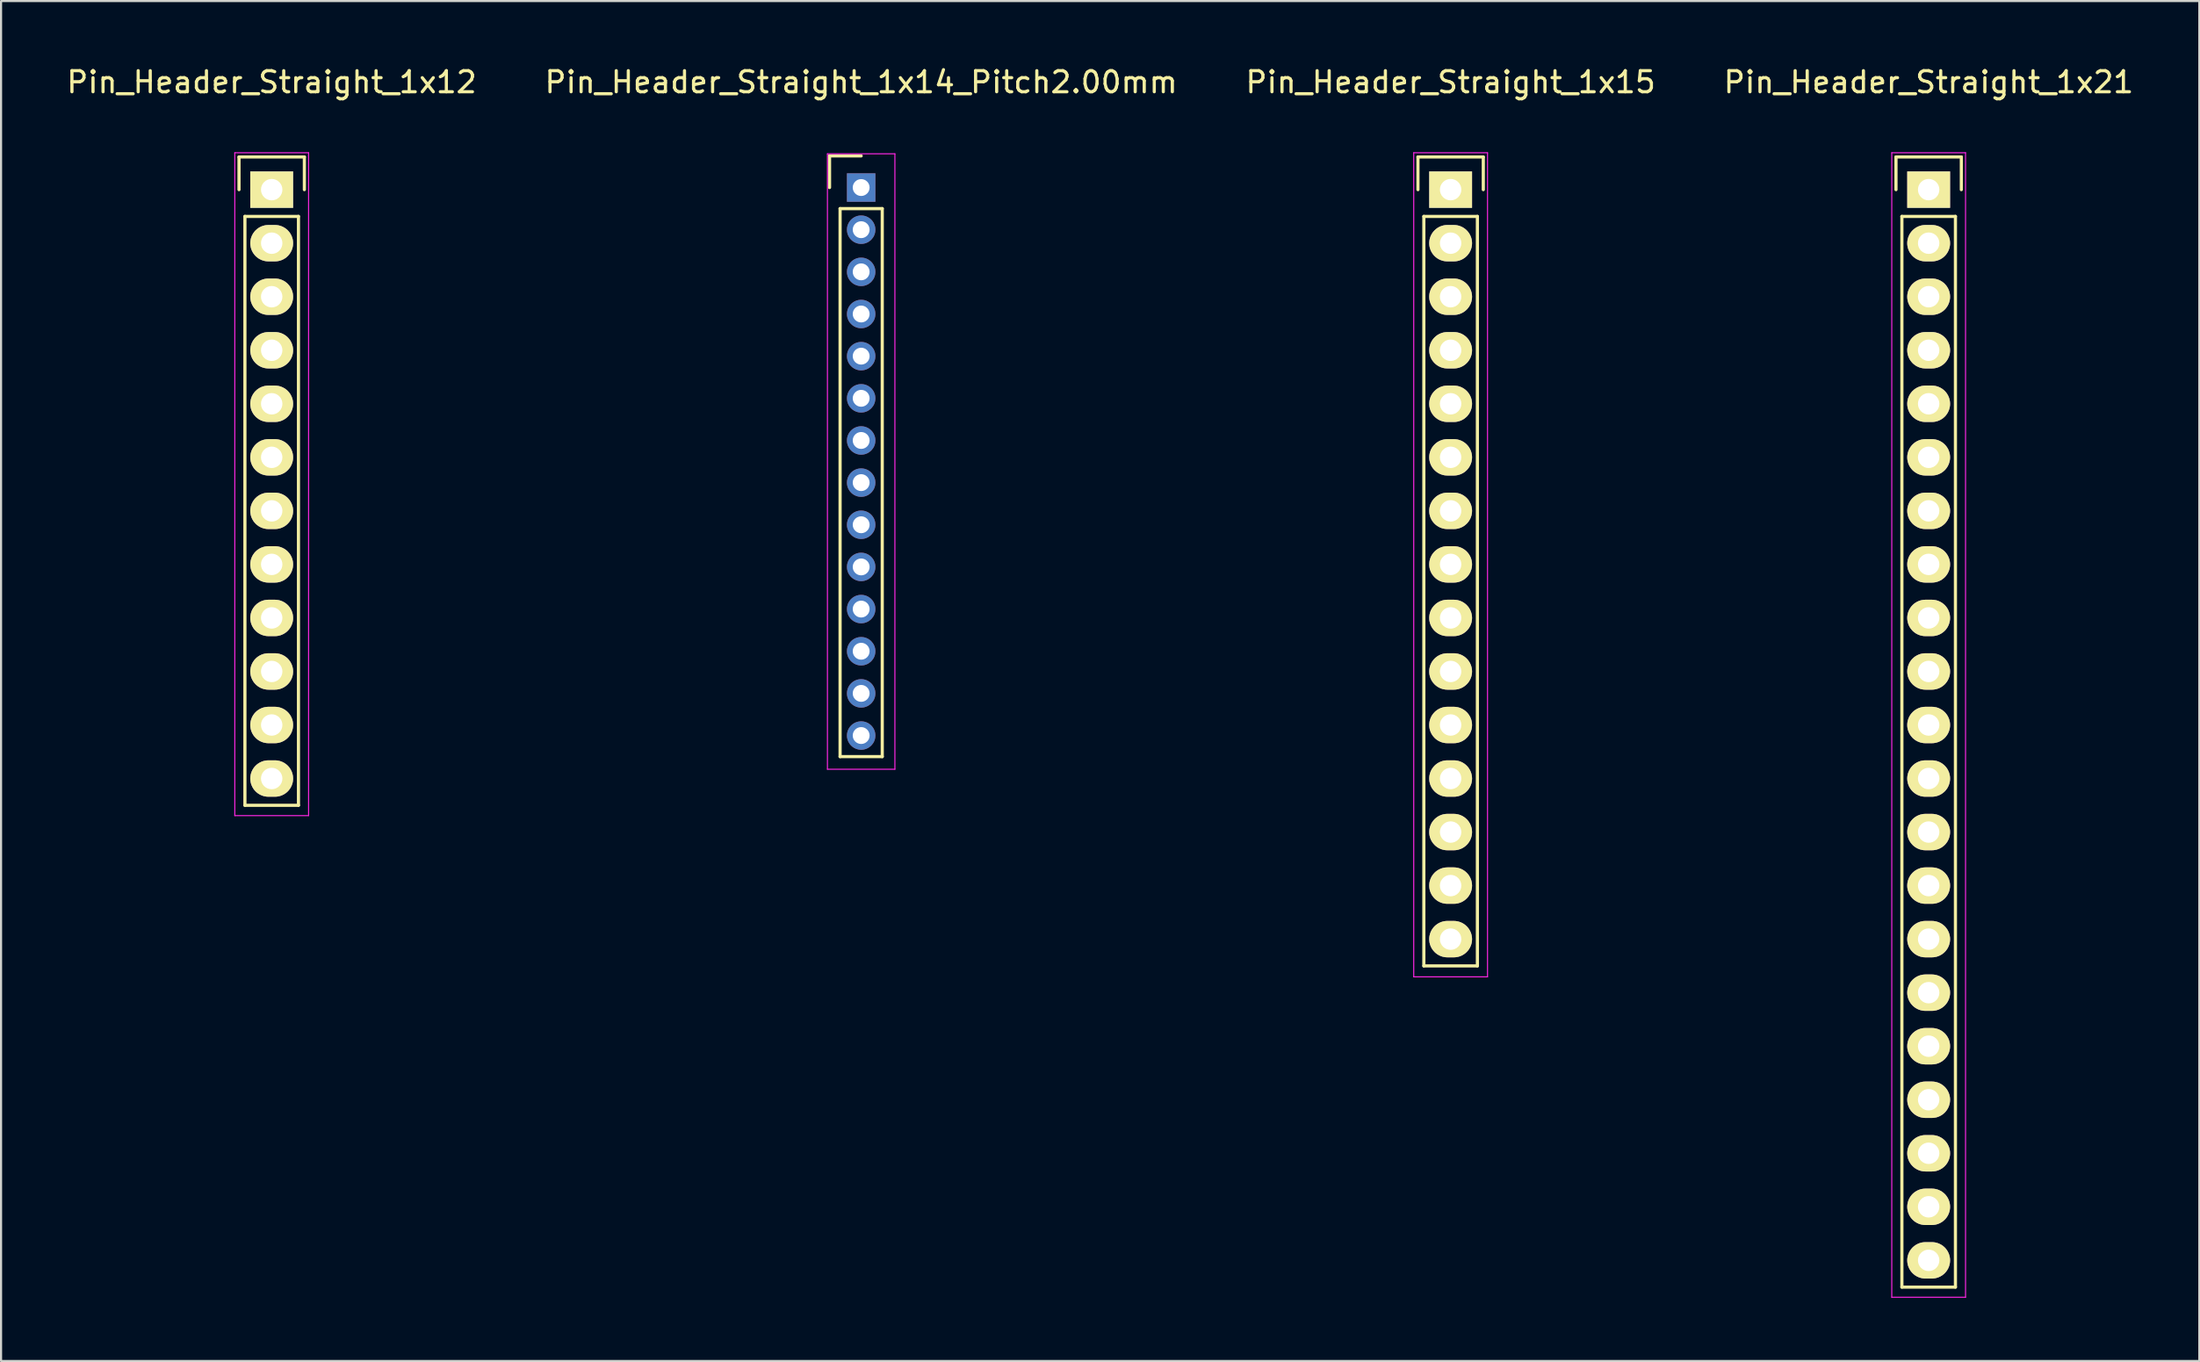
<source format=kicad_pcb>
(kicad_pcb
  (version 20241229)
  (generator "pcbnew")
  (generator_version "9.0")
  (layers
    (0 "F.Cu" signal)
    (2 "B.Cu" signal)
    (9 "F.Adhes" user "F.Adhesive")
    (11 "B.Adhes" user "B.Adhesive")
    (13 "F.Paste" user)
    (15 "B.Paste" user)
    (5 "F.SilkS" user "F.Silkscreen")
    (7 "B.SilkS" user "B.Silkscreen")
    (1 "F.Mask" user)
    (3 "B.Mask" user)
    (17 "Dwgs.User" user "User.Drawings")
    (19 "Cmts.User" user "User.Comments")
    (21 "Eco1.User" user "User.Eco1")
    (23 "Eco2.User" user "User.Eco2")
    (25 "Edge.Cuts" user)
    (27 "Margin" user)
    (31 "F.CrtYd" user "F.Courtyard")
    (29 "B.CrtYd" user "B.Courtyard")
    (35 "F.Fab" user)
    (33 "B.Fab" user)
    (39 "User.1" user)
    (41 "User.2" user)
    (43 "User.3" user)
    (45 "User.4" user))
  (footprint "Pin_Header_Straight_1x14_Pitch2.00mm"
    (layer "F.Cu")
    (at 37.804 5.848)
    (property "Reference" "Pin_Header_Straight_1x14_Pitch2.00mm" (at 0 -5 0) (layer "F.SilkS") (effects (font (size 1 1) (thickness 0.15))))
    (attr through_hole)
    (fp_line (start -1.5 -1.5) (end 0 -1.5) (stroke (width 0.15) (type solid)) (layer "F.SilkS"))
    (fp_line (start -1.5 0) (end -1.5 -1.5) (stroke (width 0.15) (type solid)) (layer "F.SilkS"))
    (fp_line (start -1 1) (end 1 1) (stroke (width 0.15) (type solid)) (layer "F.SilkS"))
    (fp_line (start -1 27) (end -1 1) (stroke (width 0.15) (type solid)) (layer "F.SilkS"))
    (fp_line (start 1 1) (end 1 27) (stroke (width 0.15) (type solid)) (layer "F.SilkS"))
    (fp_line (start 1 27) (end -1 27) (stroke (width 0.15) (type solid)) (layer "F.SilkS"))
    (fp_line (start -1.6 -1.6) (end 1.6 -1.6) (stroke (width 0.05) (type solid)) (layer "F.CrtYd"))
    (fp_line (start -1.6 27.6) (end -1.6 -1.6) (stroke (width 0.05) (type solid)) (layer "F.CrtYd"))
    (fp_line (start 1.6 -1.6) (end 1.6 27.6) (stroke (width 0.05) (type solid)) (layer "F.CrtYd"))
    (fp_line (start 1.6 27.6) (end -1.6 27.6) (stroke (width 0.05) (type solid)) (layer "F.CrtYd"))
    (pad "1" thru_hole rect (at 0 0) (size 1.35 1.35) (drill 0.8) (layers "*.Cu" "*.Mask"))
    (pad "2" thru_hole circle (at 0 2) (size 1.35 1.35) (drill 0.8) (layers "*.Cu" "*.Mask"))
    (pad "3" thru_hole circle (at 0 4) (size 1.35 1.35) (drill 0.8) (layers "*.Cu" "*.Mask"))
    (pad "4" thru_hole circle (at 0 6) (size 1.35 1.35) (drill 0.8) (layers "*.Cu" "*.Mask"))
    (pad "5" thru_hole circle (at 0 8) (size 1.35 1.35) (drill 0.8) (layers "*.Cu" "*.Mask"))
    (pad "6" thru_hole circle (at 0 10) (size 1.35 1.35) (drill 0.8) (layers "*.Cu" "*.Mask"))
    (pad "7" thru_hole circle (at 0 12) (size 1.35 1.35) (drill 0.8) (layers "*.Cu" "*.Mask"))
    (pad "8" thru_hole circle (at 0 14) (size 1.35 1.35) (drill 0.8) (layers "*.Cu" "*.Mask"))
    (pad "9" thru_hole circle (at 0 16) (size 1.35 1.35) (drill 0.8) (layers "*.Cu" "*.Mask"))
    (pad "10" thru_hole circle (at 0 18) (size 1.35 1.35) (drill 0.8) (layers "*.Cu" "*.Mask"))
    (pad "11" thru_hole circle (at 0 20) (size 1.35 1.35) (drill 0.8) (layers "*.Cu" "*.Mask"))
    (pad "12" thru_hole circle (at 0 22) (size 1.35 1.35) (drill 0.8) (layers "*.Cu" "*.Mask"))
    (pad "13" thru_hole circle (at 0 24) (size 1.35 1.35) (drill 0.8) (layers "*.Cu" "*.Mask"))
    (pad "14" thru_hole circle (at 0 26) (size 1.35 1.35) (drill 0.8) (layers "*.Cu" "*.Mask")))
  (footprint "Pin_Header_Straight_1x15"
    (layer "F.Cu")
    (at 65.768 5.948)
    (property "Reference" "Pin_Header_Straight_1x15" (at 0 -5.1 0) (layer "F.SilkS") (effects (font (size 1 1) (thickness 0.15))))
    (attr through_hole)
    (fp_line (start -1.55 -1.55) (end 1.55 -1.55) (stroke (width 0.15) (type solid)) (layer "F.SilkS"))
    (fp_line (start -1.55 0) (end -1.55 -1.55) (stroke (width 0.15) (type solid)) (layer "F.SilkS"))
    (fp_line (start -1.27 1.27) (end -1.27 36.83) (stroke (width 0.15) (type solid)) (layer "F.SilkS"))
    (fp_line (start -1.27 36.83) (end 1.27 36.83) (stroke (width 0.15) (type solid)) (layer "F.SilkS"))
    (fp_line (start 1.27 1.27) (end -1.27 1.27) (stroke (width 0.15) (type solid)) (layer "F.SilkS"))
    (fp_line (start 1.27 36.83) (end 1.27 1.27) (stroke (width 0.15) (type solid)) (layer "F.SilkS"))
    (fp_line (start 1.55 -1.55) (end 1.55 0) (stroke (width 0.15) (type solid)) (layer "F.SilkS"))
    (fp_line (start -1.75 -1.75) (end -1.75 37.35) (stroke (width 0.05) (type solid)) (layer "F.CrtYd"))
    (fp_line (start -1.75 -1.75) (end 1.75 -1.75) (stroke (width 0.05) (type solid)) (layer "F.CrtYd"))
    (fp_line (start -1.75 37.35) (end 1.75 37.35) (stroke (width 0.05) (type solid)) (layer "F.CrtYd"))
    (fp_line (start 1.75 -1.75) (end 1.75 37.35) (stroke (width 0.05) (type solid)) (layer "F.CrtYd"))
    (pad "1" thru_hole rect (at 0 0) (size 2.032 1.727) (drill 1.016) (layers "*.Cu" "*.Mask" "F.SilkS"))
    (pad "2" thru_hole oval (at 0 2.54) (size 2.032 1.727) (drill 1.016) (layers "*.Cu" "*.Mask" "F.SilkS"))
    (pad "3" thru_hole oval (at 0 5.08) (size 2.032 1.727) (drill 1.016) (layers "*.Cu" "*.Mask" "F.SilkS"))
    (pad "4" thru_hole oval (at 0 7.62) (size 2.032 1.727) (drill 1.016) (layers "*.Cu" "*.Mask" "F.SilkS"))
    (pad "5" thru_hole oval (at 0 10.16) (size 2.032 1.727) (drill 1.016) (layers "*.Cu" "*.Mask" "F.SilkS"))
    (pad "6" thru_hole oval (at 0 12.7) (size 2.032 1.727) (drill 1.016) (layers "*.Cu" "*.Mask" "F.SilkS"))
    (pad "7" thru_hole oval (at 0 15.24) (size 2.032 1.727) (drill 1.016) (layers "*.Cu" "*.Mask" "F.SilkS"))
    (pad "8" thru_hole oval (at 0 17.78) (size 2.032 1.727) (drill 1.016) (layers "*.Cu" "*.Mask" "F.SilkS"))
    (pad "9" thru_hole oval (at 0 20.32) (size 2.032 1.727) (drill 1.016) (layers "*.Cu" "*.Mask" "F.SilkS"))
    (pad "10" thru_hole oval (at 0 22.86) (size 2.032 1.727) (drill 1.016) (layers "*.Cu" "*.Mask" "F.SilkS"))
    (pad "11" thru_hole oval (at 0 25.4) (size 2.032 1.727) (drill 1.016) (layers "*.Cu" "*.Mask" "F.SilkS"))
    (pad "12" thru_hole oval (at 0 27.94) (size 2.032 1.727) (drill 1.016) (layers "*.Cu" "*.Mask" "F.SilkS"))
    (pad "13" thru_hole oval (at 0 30.48) (size 2.032 1.727) (drill 1.016) (layers "*.Cu" "*.Mask" "F.SilkS"))
    (pad "14" thru_hole oval (at 0 33.02) (size 2.032 1.727) (drill 1.016) (layers "*.Cu" "*.Mask" "F.SilkS"))
    (pad "15" thru_hole oval (at 0 35.56) (size 2.032 1.727) (drill 1.016) (layers "*.Cu" "*.Mask" "F.SilkS")))
  (footprint "Pin_Header_Straight_1x21"
    (layer "F.Cu")
    (at 88.446 5.948)
    (property "Reference" "Pin_Header_Straight_1x21" (at 0 -5.1 0) (layer "F.SilkS") (effects (font (size 1 1) (thickness 0.15))))
    (attr through_hole)
    (fp_line (start -1.55 -1.55) (end 1.55 -1.55) (stroke (width 0.15) (type solid)) (layer "F.SilkS"))
    (fp_line (start -1.55 0) (end -1.55 -1.55) (stroke (width 0.15) (type solid)) (layer "F.SilkS"))
    (fp_line (start -1.27 52.07) (end -1.27 1.27) (stroke (width 0.15) (type solid)) (layer "F.SilkS"))
    (fp_line (start 1.27 1.27) (end -1.27 1.27) (stroke (width 0.15) (type solid)) (layer "F.SilkS"))
    (fp_line (start 1.27 1.27) (end 1.27 52.07) (stroke (width 0.15) (type solid)) (layer "F.SilkS"))
    (fp_line (start 1.27 52.07) (end -1.27 52.07) (stroke (width 0.15) (type solid)) (layer "F.SilkS"))
    (fp_line (start 1.55 -1.55) (end 1.55 0) (stroke (width 0.15) (type solid)) (layer "F.SilkS"))
    (fp_line (start -1.75 -1.75) (end -1.75 52.55) (stroke (width 0.05) (type solid)) (layer "F.CrtYd"))
    (fp_line (start -1.75 -1.75) (end 1.75 -1.75) (stroke (width 0.05) (type solid)) (layer "F.CrtYd"))
    (fp_line (start -1.75 52.55) (end 1.75 52.55) (stroke (width 0.05) (type solid)) (layer "F.CrtYd"))
    (fp_line (start 1.75 -1.75) (end 1.75 52.55) (stroke (width 0.05) (type solid)) (layer "F.CrtYd"))
    (pad "1" thru_hole rect (at 0 0) (size 2.032 1.727) (drill 1.016) (layers "*.Cu" "*.Mask" "F.SilkS"))
    (pad "2" thru_hole oval (at 0 2.54) (size 2.032 1.727) (drill 1.016) (layers "*.Cu" "*.Mask" "F.SilkS"))
    (pad "3" thru_hole oval (at 0 5.08) (size 2.032 1.727) (drill 1.016) (layers "*.Cu" "*.Mask" "F.SilkS"))
    (pad "4" thru_hole oval (at 0 7.62) (size 2.032 1.727) (drill 1.016) (layers "*.Cu" "*.Mask" "F.SilkS"))
    (pad "5" thru_hole oval (at 0 10.16) (size 2.032 1.727) (drill 1.016) (layers "*.Cu" "*.Mask" "F.SilkS"))
    (pad "6" thru_hole oval (at 0 12.7) (size 2.032 1.727) (drill 1.016) (layers "*.Cu" "*.Mask" "F.SilkS"))
    (pad "7" thru_hole oval (at 0 15.24) (size 2.032 1.727) (drill 1.016) (layers "*.Cu" "*.Mask" "F.SilkS"))
    (pad "8" thru_hole oval (at 0 17.78) (size 2.032 1.727) (drill 1.016) (layers "*.Cu" "*.Mask" "F.SilkS"))
    (pad "9" thru_hole oval (at 0 20.32) (size 2.032 1.727) (drill 1.016) (layers "*.Cu" "*.Mask" "F.SilkS"))
    (pad "10" thru_hole oval (at 0 22.86) (size 2.032 1.727) (drill 1.016) (layers "*.Cu" "*.Mask" "F.SilkS"))
    (pad "11" thru_hole oval (at 0 25.4) (size 2.032 1.727) (drill 1.016) (layers "*.Cu" "*.Mask" "F.SilkS"))
    (pad "12" thru_hole oval (at 0 27.94) (size 2.032 1.727) (drill 1.016) (layers "*.Cu" "*.Mask" "F.SilkS"))
    (pad "13" thru_hole oval (at 0 30.48) (size 2.032 1.727) (drill 1.016) (layers "*.Cu" "*.Mask" "F.SilkS"))
    (pad "14" thru_hole oval (at 0 33.02) (size 2.032 1.727) (drill 1.016) (layers "*.Cu" "*.Mask" "F.SilkS"))
    (pad "15" thru_hole oval (at 0 35.56) (size 2.032 1.727) (drill 1.016) (layers "*.Cu" "*.Mask" "F.SilkS"))
    (pad "16" thru_hole oval (at 0 38.1) (size 2.032 1.727) (drill 1.016) (layers "*.Cu" "*.Mask" "F.SilkS"))
    (pad "17" thru_hole oval (at 0 40.64) (size 2.032 1.727) (drill 1.016) (layers "*.Cu" "*.Mask" "F.SilkS"))
    (pad "18" thru_hole oval (at 0 43.18) (size 2.032 1.727) (drill 1.016) (layers "*.Cu" "*.Mask" "F.SilkS"))
    (pad "19" thru_hole oval (at 0 45.72) (size 2.032 1.727) (drill 1.016) (layers "*.Cu" "*.Mask" "F.SilkS"))
    (pad "20" thru_hole oval (at 0 48.26) (size 2.032 1.727) (drill 1.016) (layers "*.Cu" "*.Mask" "F.SilkS"))
    (pad "21" thru_hole oval (at 0 50.8) (size 2.032 1.727) (drill 1.016) (layers "*.Cu" "*.Mask" "F.SilkS")))
  (footprint "Pin_Header_Straight_1x12"
    (layer "F.Cu")
    (at 9.839 5.948)
    (property "Reference" "Pin_Header_Straight_1x12" (at 0 -5.1 0) (layer "F.SilkS") (effects (font (size 1 1) (thickness 0.15))))
    (attr through_hole)
    (fp_line (start -1.55 -1.55) (end 1.55 -1.55) (stroke (width 0.15) (type solid)) (layer "F.SilkS"))
    (fp_line (start -1.55 0) (end -1.55 -1.55) (stroke (width 0.15) (type solid)) (layer "F.SilkS"))
    (fp_line (start -1.27 29.21) (end -1.27 1.27) (stroke (width 0.15) (type solid)) (layer "F.SilkS"))
    (fp_line (start 1.27 1.27) (end -1.27 1.27) (stroke (width 0.15) (type solid)) (layer "F.SilkS"))
    (fp_line (start 1.27 1.27) (end 1.27 29.21) (stroke (width 0.15) (type solid)) (layer "F.SilkS"))
    (fp_line (start 1.27 29.21) (end -1.27 29.21) (stroke (width 0.15) (type solid)) (layer "F.SilkS"))
    (fp_line (start 1.55 -1.55) (end 1.55 0) (stroke (width 0.15) (type solid)) (layer "F.SilkS"))
    (fp_line (start -1.75 -1.75) (end -1.75 29.7) (stroke (width 0.05) (type solid)) (layer "F.CrtYd"))
    (fp_line (start -1.75 -1.75) (end 1.75 -1.75) (stroke (width 0.05) (type solid)) (layer "F.CrtYd"))
    (fp_line (start -1.75 29.7) (end 1.75 29.7) (stroke (width 0.05) (type solid)) (layer "F.CrtYd"))
    (fp_line (start 1.75 -1.75) (end 1.75 29.7) (stroke (width 0.05) (type solid)) (layer "F.CrtYd"))
    (pad "1" thru_hole rect (at 0 0) (size 2.032 1.727) (drill 1.016) (layers "*.Cu" "*.Mask" "F.SilkS"))
    (pad "2" thru_hole oval (at 0 2.54) (size 2.032 1.727) (drill 1.016) (layers "*.Cu" "*.Mask" "F.SilkS"))
    (pad "3" thru_hole oval (at 0 5.08) (size 2.032 1.727) (drill 1.016) (layers "*.Cu" "*.Mask" "F.SilkS"))
    (pad "4" thru_hole oval (at 0 7.62) (size 2.032 1.727) (drill 1.016) (layers "*.Cu" "*.Mask" "F.SilkS"))
    (pad "5" thru_hole oval (at 0 10.16) (size 2.032 1.727) (drill 1.016) (layers "*.Cu" "*.Mask" "F.SilkS"))
    (pad "6" thru_hole oval (at 0 12.7) (size 2.032 1.727) (drill 1.016) (layers "*.Cu" "*.Mask" "F.SilkS"))
    (pad "7" thru_hole oval (at 0 15.24) (size 2.032 1.727) (drill 1.016) (layers "*.Cu" "*.Mask" "F.SilkS"))
    (pad "8" thru_hole oval (at 0 17.78) (size 2.032 1.727) (drill 1.016) (layers "*.Cu" "*.Mask" "F.SilkS"))
    (pad "9" thru_hole oval (at 0 20.32) (size 2.032 1.727) (drill 1.016) (layers "*.Cu" "*.Mask" "F.SilkS"))
    (pad "10" thru_hole oval (at 0 22.86) (size 2.032 1.727) (drill 1.016) (layers "*.Cu" "*.Mask" "F.SilkS"))
    (pad "11" thru_hole oval (at 0 25.4) (size 2.032 1.727) (drill 1.016) (layers "*.Cu" "*.Mask" "F.SilkS"))
    (pad "12" thru_hole oval (at 0 27.94) (size 2.032 1.727) (drill 1.016) (layers "*.Cu" "*.Mask" "F.SilkS")))
  (gr_rect
    (start -3 -3)
    (end 101.286 61.523)
    (stroke (width 0.1) (type default))
    (fill no)
    (layer "Edge.Cuts")))
</source>
